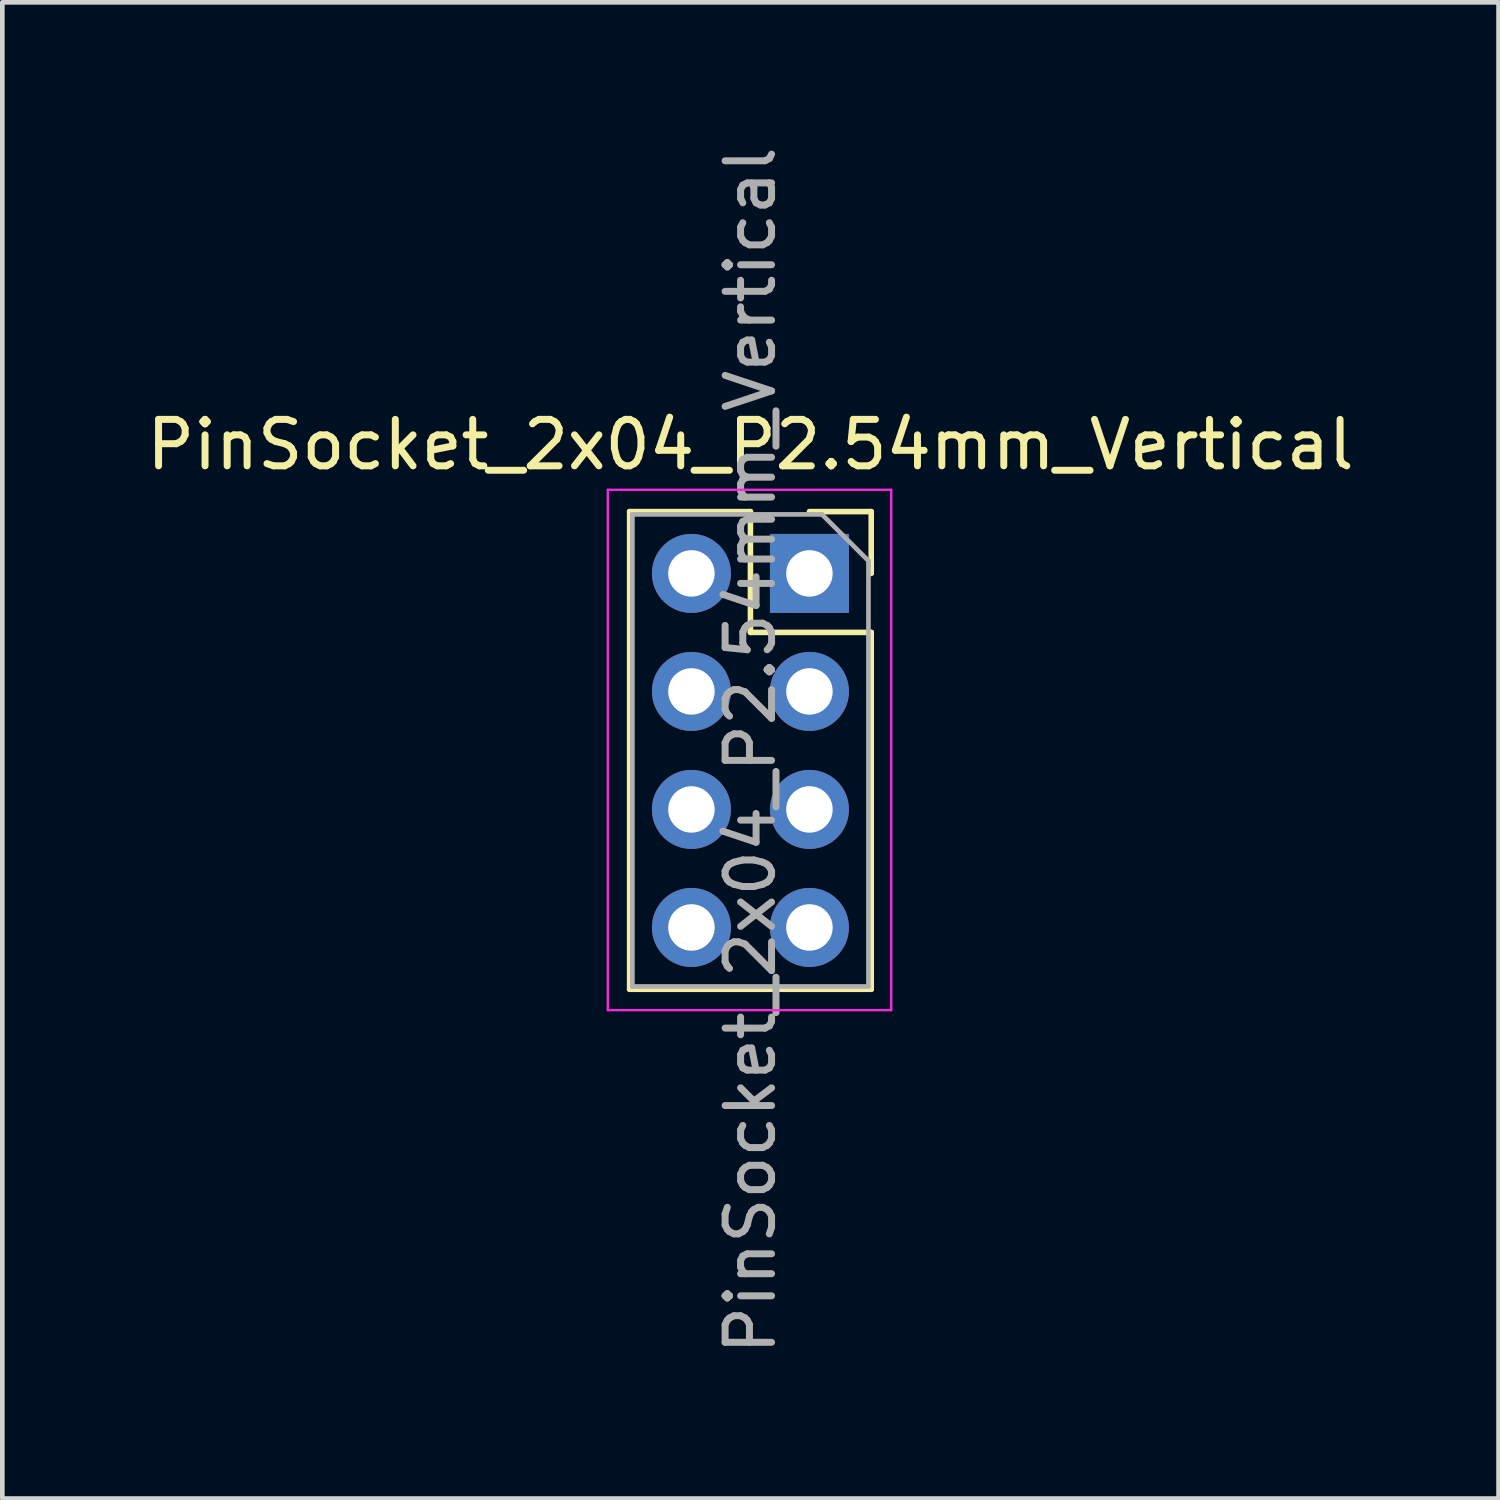
<source format=kicad_pcb>
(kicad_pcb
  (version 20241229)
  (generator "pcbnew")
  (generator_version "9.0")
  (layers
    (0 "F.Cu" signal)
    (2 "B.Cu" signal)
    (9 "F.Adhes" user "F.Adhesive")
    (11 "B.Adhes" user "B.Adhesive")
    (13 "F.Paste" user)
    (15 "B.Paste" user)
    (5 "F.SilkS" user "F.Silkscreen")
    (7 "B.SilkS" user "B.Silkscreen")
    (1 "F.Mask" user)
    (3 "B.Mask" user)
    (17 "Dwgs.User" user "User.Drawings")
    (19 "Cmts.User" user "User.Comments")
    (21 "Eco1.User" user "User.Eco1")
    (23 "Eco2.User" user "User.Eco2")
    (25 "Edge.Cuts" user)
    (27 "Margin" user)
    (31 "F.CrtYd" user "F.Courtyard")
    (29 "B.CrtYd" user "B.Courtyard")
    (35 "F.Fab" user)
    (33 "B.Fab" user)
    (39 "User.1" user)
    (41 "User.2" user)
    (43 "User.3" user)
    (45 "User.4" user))
  (footprint "PinSocket_2x04_P2.54mm_Vertical"
    (layer "F.Cu")
    (at 14.371 9.291)
    (property "Reference" "PinSocket_2x04_P2.54mm_Vertical" (at -1.27 -2.77 0) (layer "F.SilkS") (effects (font (size 1 1) (thickness 0.15))))
    (attr through_hole)
    (fp_line (start -3.87 -1.33) (end -3.87 8.95) (stroke (width 0.12) (type solid)) (layer "F.SilkS"))
    (fp_line (start -3.87 -1.33) (end -1.27 -1.33) (stroke (width 0.12) (type solid)) (layer "F.SilkS"))
    (fp_line (start -3.87 8.95) (end 1.33 8.95) (stroke (width 0.12) (type solid)) (layer "F.SilkS"))
    (fp_line (start -1.27 -1.33) (end -1.27 1.27) (stroke (width 0.12) (type solid)) (layer "F.SilkS"))
    (fp_line (start -1.27 1.27) (end 1.33 1.27) (stroke (width 0.12) (type solid)) (layer "F.SilkS"))
    (fp_line (start 0 -1.33) (end 1.33 -1.33) (stroke (width 0.12) (type solid)) (layer "F.SilkS"))
    (fp_line (start 1.33 -1.33) (end 1.33 0) (stroke (width 0.12) (type solid)) (layer "F.SilkS"))
    (fp_line (start 1.33 1.27) (end 1.33 8.95) (stroke (width 0.12) (type solid)) (layer "F.SilkS"))
    (fp_line (start -4.34 -1.8) (end 1.76 -1.8) (stroke (width 0.05) (type solid)) (layer "F.CrtYd"))
    (fp_line (start -4.34 9.4) (end -4.34 -1.8) (stroke (width 0.05) (type solid)) (layer "F.CrtYd"))
    (fp_line (start 1.76 -1.8) (end 1.76 9.4) (stroke (width 0.05) (type solid)) (layer "F.CrtYd"))
    (fp_line (start 1.76 9.4) (end -4.34 9.4) (stroke (width 0.05) (type solid)) (layer "F.CrtYd"))
    (fp_line (start -3.81 -1.27) (end 0.27 -1.27) (stroke (width 0.1) (type solid)) (layer "F.Fab"))
    (fp_line (start -3.81 8.89) (end -3.81 -1.27) (stroke (width 0.1) (type solid)) (layer "F.Fab"))
    (fp_line (start 0.27 -1.27) (end 1.27 -0.27) (stroke (width 0.1) (type solid)) (layer "F.Fab"))
    (fp_line (start 1.27 -0.27) (end 1.27 8.89) (stroke (width 0.1) (type solid)) (layer "F.Fab"))
    (fp_line (start 1.27 8.89) (end -3.81 8.89) (stroke (width 0.1) (type solid)) (layer "F.Fab"))
    (fp_text user "${REFERENCE}" (at -1.27 3.81 90) (layer "F.Fab") (effects (font (size 1 1) (thickness 0.15))))
    (pad "1" thru_hole rect (at 0 0) (size 1.7 1.7) (drill 1) (layers "*.Cu" "*.Mask"))
    (pad "2" thru_hole oval (at 0 2.54) (size 1.7 1.7) (drill 1) (layers "*.Cu" "*.Mask"))
    (pad "3" thru_hole oval (at 0 5.08) (size 1.7 1.7) (drill 1) (layers "*.Cu" "*.Mask"))
    (pad "4" thru_hole oval (at 0 7.62) (size 1.7 1.7) (drill 1) (layers "*.Cu" "*.Mask"))
    (pad "5" thru_hole oval (at -2.54 7.62) (size 1.7 1.7) (drill 1) (layers "*.Cu" "*.Mask"))
    (pad "6" thru_hole oval (at -2.54 5.08) (size 1.7 1.7) (drill 1) (layers "*.Cu" "*.Mask"))
    (pad "7" thru_hole oval (at -2.54 2.54) (size 1.7 1.7) (drill 1) (layers "*.Cu" "*.Mask"))
    (pad "8" thru_hole oval (at -2.54 0) (size 1.7 1.7) (drill 1) (layers "*.Cu" "*.Mask")))
  (gr_rect
    (start -3 -3)
    (end 29.202 29.202)
    (stroke (width 0.1) (type default))
    (fill no)
    (layer "Edge.Cuts")))
</source>
